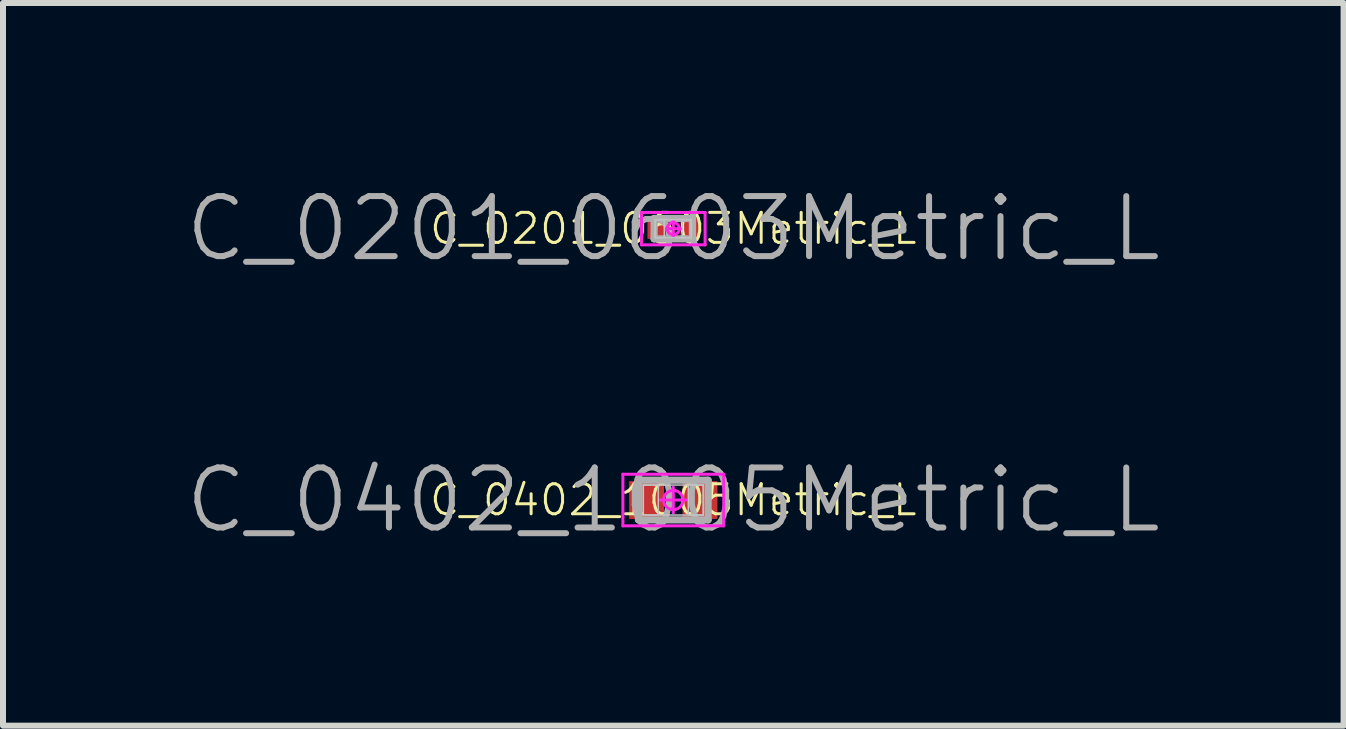
<source format=kicad_pcb>
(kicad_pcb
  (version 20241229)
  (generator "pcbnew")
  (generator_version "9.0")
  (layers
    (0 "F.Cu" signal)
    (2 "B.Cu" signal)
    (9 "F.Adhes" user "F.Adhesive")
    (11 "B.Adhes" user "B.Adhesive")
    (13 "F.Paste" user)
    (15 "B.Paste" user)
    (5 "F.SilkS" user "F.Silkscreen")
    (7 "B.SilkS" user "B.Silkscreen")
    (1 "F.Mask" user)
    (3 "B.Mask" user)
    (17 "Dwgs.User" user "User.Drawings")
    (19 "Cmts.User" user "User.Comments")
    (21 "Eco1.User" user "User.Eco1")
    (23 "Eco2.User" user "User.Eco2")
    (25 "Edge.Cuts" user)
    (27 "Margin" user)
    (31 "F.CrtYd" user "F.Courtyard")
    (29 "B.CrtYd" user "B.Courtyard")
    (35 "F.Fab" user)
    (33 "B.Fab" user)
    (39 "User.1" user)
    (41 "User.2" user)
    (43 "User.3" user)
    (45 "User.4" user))
  (footprint "C_0402_1005Metric_L"
    (layer "F.Cu")
    (at 8.169 5.282)
    (property "Reference" "C_0402_1005Metric_L" (at 0 0 0) (layer "F.Fab") (effects (font (size 1 1) (thickness 0.1))))
    (attr smd)
    (fp_line (start -0.5 -0.25) (end -0.25 -0.25) (stroke (width 0.025) (type solid)) (layer "Dwgs.User"))
    (fp_line (start -0.5 -0.25) (end 0.5 -0.25) (stroke (width 0.025) (type solid)) (layer "Dwgs.User"))
    (fp_line (start -0.5 0.25) (end -0.5 -0.25) (stroke (width 0.025) (type solid)) (layer "Dwgs.User"))
    (fp_line (start -0.5 0.25) (end -0.5 -0.25) (stroke (width 0.025) (type solid)) (layer "Dwgs.User"))
    (fp_line (start -0.25 -0.25) (end -0.25 0.25) (stroke (width 0.025) (type solid)) (layer "Dwgs.User"))
    (fp_line (start -0.25 0.25) (end -0.5 0.25) (stroke (width 0.025) (type solid)) (layer "Dwgs.User"))
    (fp_line (start 0.25 -0.25) (end 0.5 -0.25) (stroke (width 0.025) (type solid)) (layer "Dwgs.User"))
    (fp_line (start 0.25 0.25) (end 0.25 -0.25) (stroke (width 0.025) (type solid)) (layer "Dwgs.User"))
    (fp_line (start 0.5 -0.25) (end 0.5 0.25) (stroke (width 0.025) (type solid)) (layer "Dwgs.User"))
    (fp_line (start 0.5 -0.25) (end 0.5 0.25) (stroke (width 0.025) (type solid)) (layer "Dwgs.User"))
    (fp_line (start 0.5 0.25) (end -0.5 0.25) (stroke (width 0.025) (type solid)) (layer "Dwgs.User"))
    (fp_line (start 0.5 0.25) (end 0.25 0.25) (stroke (width 0.025) (type solid)) (layer "Dwgs.User"))
    (fp_line (start -0.84 -0.43) (end 0.84 -0.43) (stroke (width 0.05) (type solid)) (layer "F.CrtYd"))
    (fp_line (start -0.84 0.43) (end -0.84 -0.43) (stroke (width 0.05) (type solid)) (layer "F.CrtYd"))
    (fp_line (start 0 -0.215) (end 0 0.215) (stroke (width 0.05) (type solid)) (layer "F.CrtYd"))
    (fp_line (start 0.215 0) (end -0.215 0) (stroke (width 0.05) (type solid)) (layer "F.CrtYd"))
    (fp_line (start 0.84 -0.43) (end 0.84 0.43) (stroke (width 0.05) (type solid)) (layer "F.CrtYd"))
    (fp_line (start 0.84 0.43) (end -0.84 0.43) (stroke (width 0.05) (type solid)) (layer "F.CrtYd"))
    (fp_circle (center 0 0) (end 0 0.161) (stroke (width 0.05) (type solid)) (fill no) (layer "F.CrtYd"))
    (fp_line (start -0.58 -0.33) (end 0.58 -0.33) (stroke (width 0.12) (type solid)) (layer "F.Fab"))
    (fp_line (start -0.58 0.33) (end -0.58 -0.33) (stroke (width 0.12) (type solid)) (layer "F.Fab"))
    (fp_line (start 0.58 -0.33) (end 0.58 0.33) (stroke (width 0.12) (type solid)) (layer "F.Fab"))
    (fp_line (start 0.58 0.33) (end -0.58 0.33) (stroke (width 0.12) (type solid)) (layer "F.Fab"))
    (fp_text user "${REFERENCE}" (at 0 0 0) (layer "F.SilkS") (effects (font (size 0.5 0.5) (thickness 0.05))))
    (pad "1" smd rect (at -0.445 0) (size 0.58 0.63) (layers "F.Cu" "F.Mask" "F.Paste"))
    (pad "2" smd rect (at 0.445 0) (size 0.58 0.63) (layers "F.Cu" "F.Mask" "F.Paste")))
  (footprint "C_0201_0603Metric_L"
    (layer "F.Cu")
    (at 8.169 0.76)
    (property "Reference" "C_0201_0603Metric_L" (at 0 0 0) (layer "F.Fab") (effects (font (size 1 1) (thickness 0.1))))
    (attr smd)
    (fp_line (start -0.3 -0.15) (end -0.15 -0.15) (stroke (width 0.025) (type solid)) (layer "Dwgs.User"))
    (fp_line (start -0.3 -0.15) (end 0.3 -0.15) (stroke (width 0.025) (type solid)) (layer "Dwgs.User"))
    (fp_line (start -0.3 0.15) (end -0.3 -0.15) (stroke (width 0.025) (type solid)) (layer "Dwgs.User"))
    (fp_line (start -0.3 0.15) (end -0.3 -0.15) (stroke (width 0.025) (type solid)) (layer "Dwgs.User"))
    (fp_line (start -0.15 -0.15) (end -0.15 0.15) (stroke (width 0.025) (type solid)) (layer "Dwgs.User"))
    (fp_line (start -0.15 0.15) (end -0.3 0.15) (stroke (width 0.025) (type solid)) (layer "Dwgs.User"))
    (fp_line (start 0.15 -0.15) (end 0.3 -0.15) (stroke (width 0.025) (type solid)) (layer "Dwgs.User"))
    (fp_line (start 0.15 0.15) (end 0.15 -0.15) (stroke (width 0.025) (type solid)) (layer "Dwgs.User"))
    (fp_line (start 0.3 -0.15) (end 0.3 0.15) (stroke (width 0.025) (type solid)) (layer "Dwgs.User"))
    (fp_line (start 0.3 -0.15) (end 0.3 0.15) (stroke (width 0.025) (type solid)) (layer "Dwgs.User"))
    (fp_line (start 0.3 0.15) (end -0.3 0.15) (stroke (width 0.025) (type solid)) (layer "Dwgs.User"))
    (fp_line (start 0.3 0.15) (end 0.15 0.15) (stroke (width 0.025) (type solid)) (layer "Dwgs.User"))
    (fp_line (start -0.53 -0.27) (end 0.53 -0.27) (stroke (width 0.05) (type solid)) (layer "F.CrtYd"))
    (fp_line (start -0.53 0.27) (end -0.53 -0.27) (stroke (width 0.05) (type solid)) (layer "F.CrtYd"))
    (fp_line (start 0 -0.135) (end 0 0.135) (stroke (width 0.05) (type solid)) (layer "F.CrtYd"))
    (fp_line (start 0.135 0) (end -0.135 0) (stroke (width 0.05) (type solid)) (layer "F.CrtYd"))
    (fp_line (start 0.53 -0.27) (end 0.53 0.27) (stroke (width 0.05) (type solid)) (layer "F.CrtYd"))
    (fp_line (start 0.53 0.27) (end -0.53 0.27) (stroke (width 0.05) (type solid)) (layer "F.CrtYd"))
    (fp_circle (center 0 0) (end 0 0.101) (stroke (width 0.05) (type solid)) (fill no) (layer "F.CrtYd"))
    (fp_line (start -0.32 -0.17) (end 0.32 -0.17) (stroke (width 0.12) (type solid)) (layer "F.Fab"))
    (fp_line (start -0.32 0.17) (end -0.32 -0.17) (stroke (width 0.12) (type solid)) (layer "F.Fab"))
    (fp_line (start 0.32 -0.17) (end 0.32 0.17) (stroke (width 0.12) (type solid)) (layer "F.Fab"))
    (fp_line (start 0.32 0.17) (end -0.32 0.17) (stroke (width 0.12) (type solid)) (layer "F.Fab"))
    (fp_text user "${REFERENCE}" (at 0 0 0) (layer "F.SilkS") (effects (font (size 0.5 0.5) (thickness 0.05))))
    (pad "1" smd rect (at -0.275 0) (size 0.31 0.34) (layers "F.Cu" "F.Mask" "F.Paste"))
    (pad "2" smd rect (at 0.275 0) (size 0.31 0.34) (layers "F.Cu" "F.Mask" "F.Paste")))
  (gr_rect
    (start -3 -3)
    (end 19.338 9.042)
    (stroke (width 0.1) (type default))
    (fill no)
    (layer "Edge.Cuts")))
</source>
